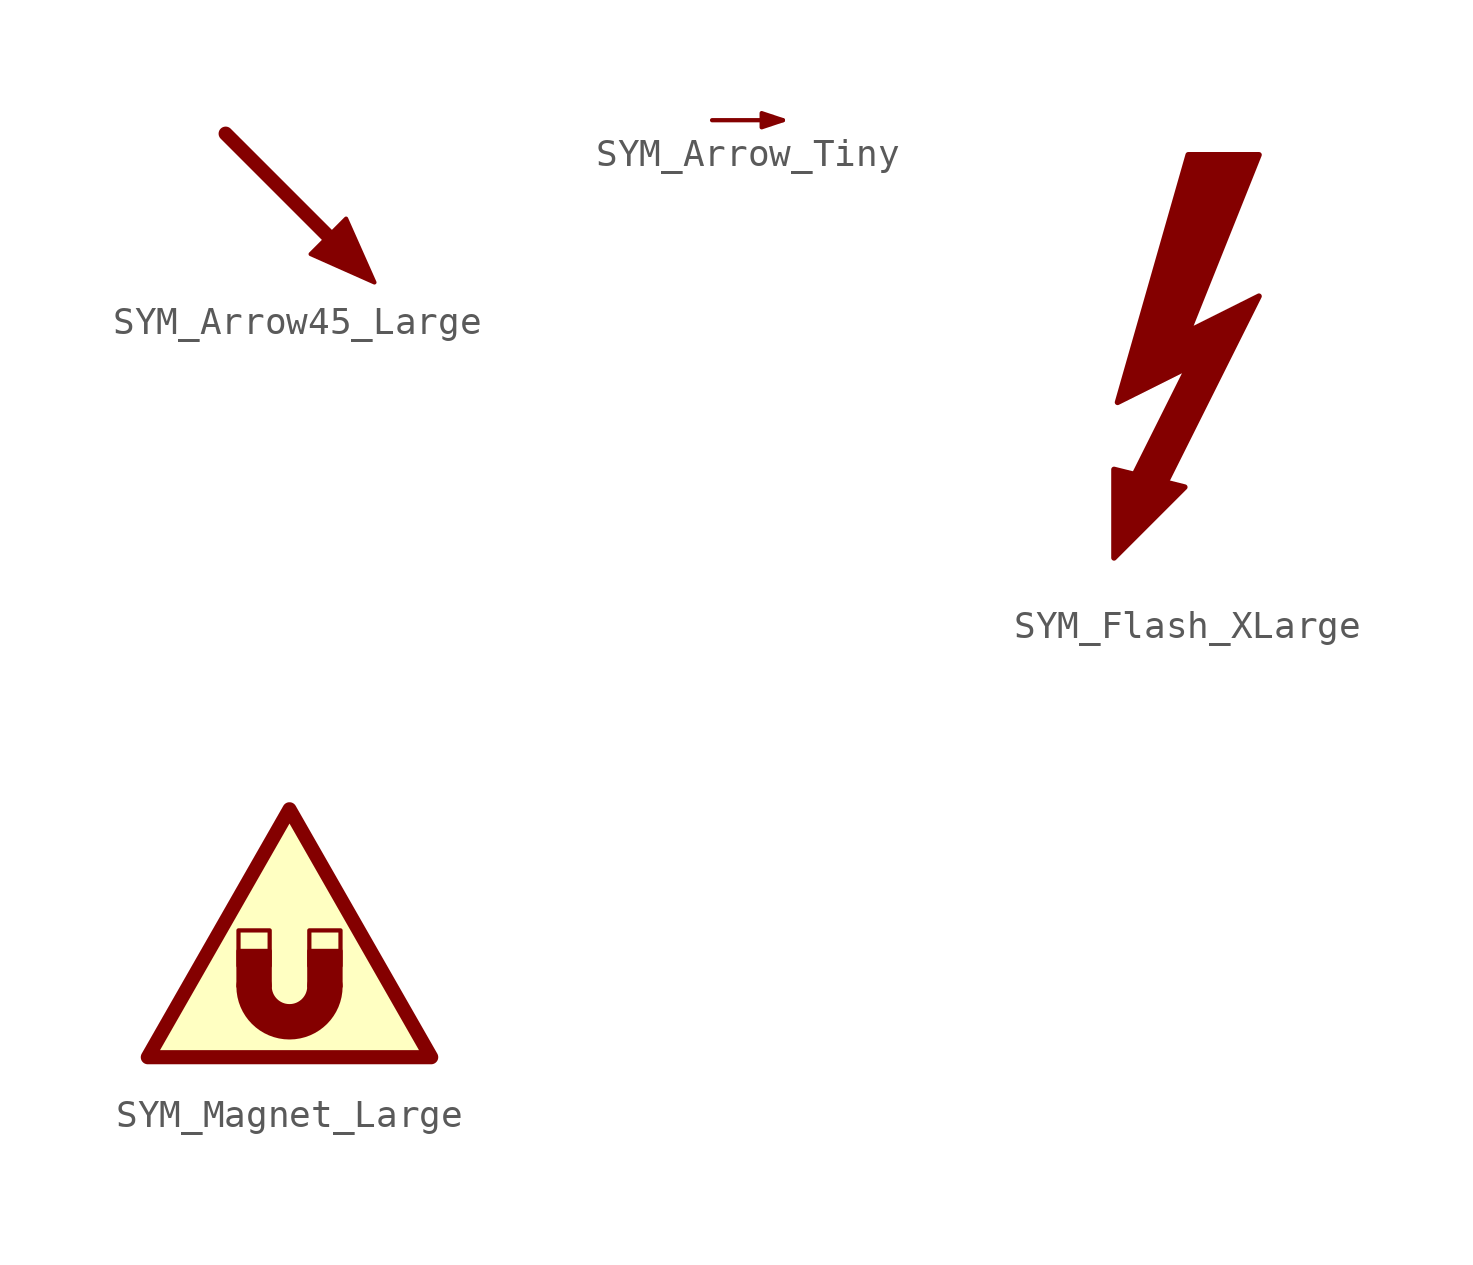
<source format=kicad_sym>
(kicad_symbol_lib
  (version 20201005)
  (generator kicad_symbol_editor)
  (symbol "Graphic:SYM_Arrow45_Large"
    (pin_names
      (offset 1.016))
    (property "Reference" "#SYM"
      (at 0 4.064 0)
      (effects (font (size 1.27 1.27)) hide))
    (symbol "SYM_Arrow45_Large_0_1"
      (polyline (pts (xy -2.54 2.54) (xy 2.286 -2.286)) (stroke (width 0.508)) (fill (type none)))
      (polyline (pts (xy 2.794 -2.794) (xy 0.508 -1.778) (xy 1.778 -0.508) (xy 2.794 -2.794)) (stroke (width 0)) (fill (type outline)))))
  (symbol "Graphic:SYM_Arrow_Tiny"
    (pin_names
      (offset 1.016))
    (property "Reference" "#SYM"
      (at 0 1.524 0)
      (effects (font (size 1.27 1.27)) hide))
    (symbol "SYM_Arrow_Tiny_0_1"
      (polyline (pts (xy 1.27 0) (xy -1.27 0)) (stroke (width 0)) (fill (type none)))
      (polyline (pts (xy 1.27 0) (xy 0.508 -0.254) (xy 0.508 0.254) (xy 1.27 0)) (stroke (width 0)) (fill (type outline)))))
  (symbol "Graphic:SYM_Flash_XLarge"
    (pin_names
      (offset 1.016))
    (property "Reference" "#SYM"
      (at -3.81 0 90)
      (effects (font (size 1.27 1.27)) hide))
    (symbol "SYM_Flash_XLarge_0_1"
      (polyline (pts (xy -0.127 -3.683) (xy -2.667 -3.048) (xy -2.667 -6.223) (xy -0.127 -3.683)) (stroke (width 0.203)) (fill (type outline)))
      (polyline (pts (xy 0 8.255) (xy 1.27 8.255) (xy 2.54 8.255) (xy 0 1.905) (xy 2.54 3.175) (xy -1.27 -4.445) (xy -2.54 -4.445) (xy 0 0.635) (xy -2.54 -0.635) (xy 0 8.255)) (stroke (width 0.203)) (fill (type outline)))))
  (symbol "Graphic:SYM_Magnet_Large"
    (pin_names
      (offset 1.016) hide)
    (property "Reference" "#SYM"
      (at 0 5.08 0)
      (effects (font (size 1.27 1.27)) hide))
    (symbol "SYM_Magnet_Large_0_1"
      (arc (start -1.27 -2.54) (end 1.27 -2.54) (radius (at 0 -2.54) (length 1.27) (angles -179.9 -0.1)) (stroke (width 1.27)) (fill (type none)))
      (rectangle (start -1.829 -1.27) (end -0.711 -2.54) (stroke (width 0)) (fill (type outline)))
      (rectangle (start -1.829 -0.533) (end -0.711 -1.803) (stroke (width 0)) (fill (type background)))
      (rectangle (start 0.711 -1.27) (end 1.829 -2.54) (stroke (width 0)) (fill (type outline)))
      (rectangle (start 0.711 -0.533) (end 1.829 -1.803) (stroke (width 0)) (fill (type background)))
      (polyline (pts (xy -5.08 -5.08) (xy 5.08 -5.08) (xy 0 3.81) (xy -5.08 -5.08)) (stroke (width 0.508)) (fill (type background))))))
</source>
